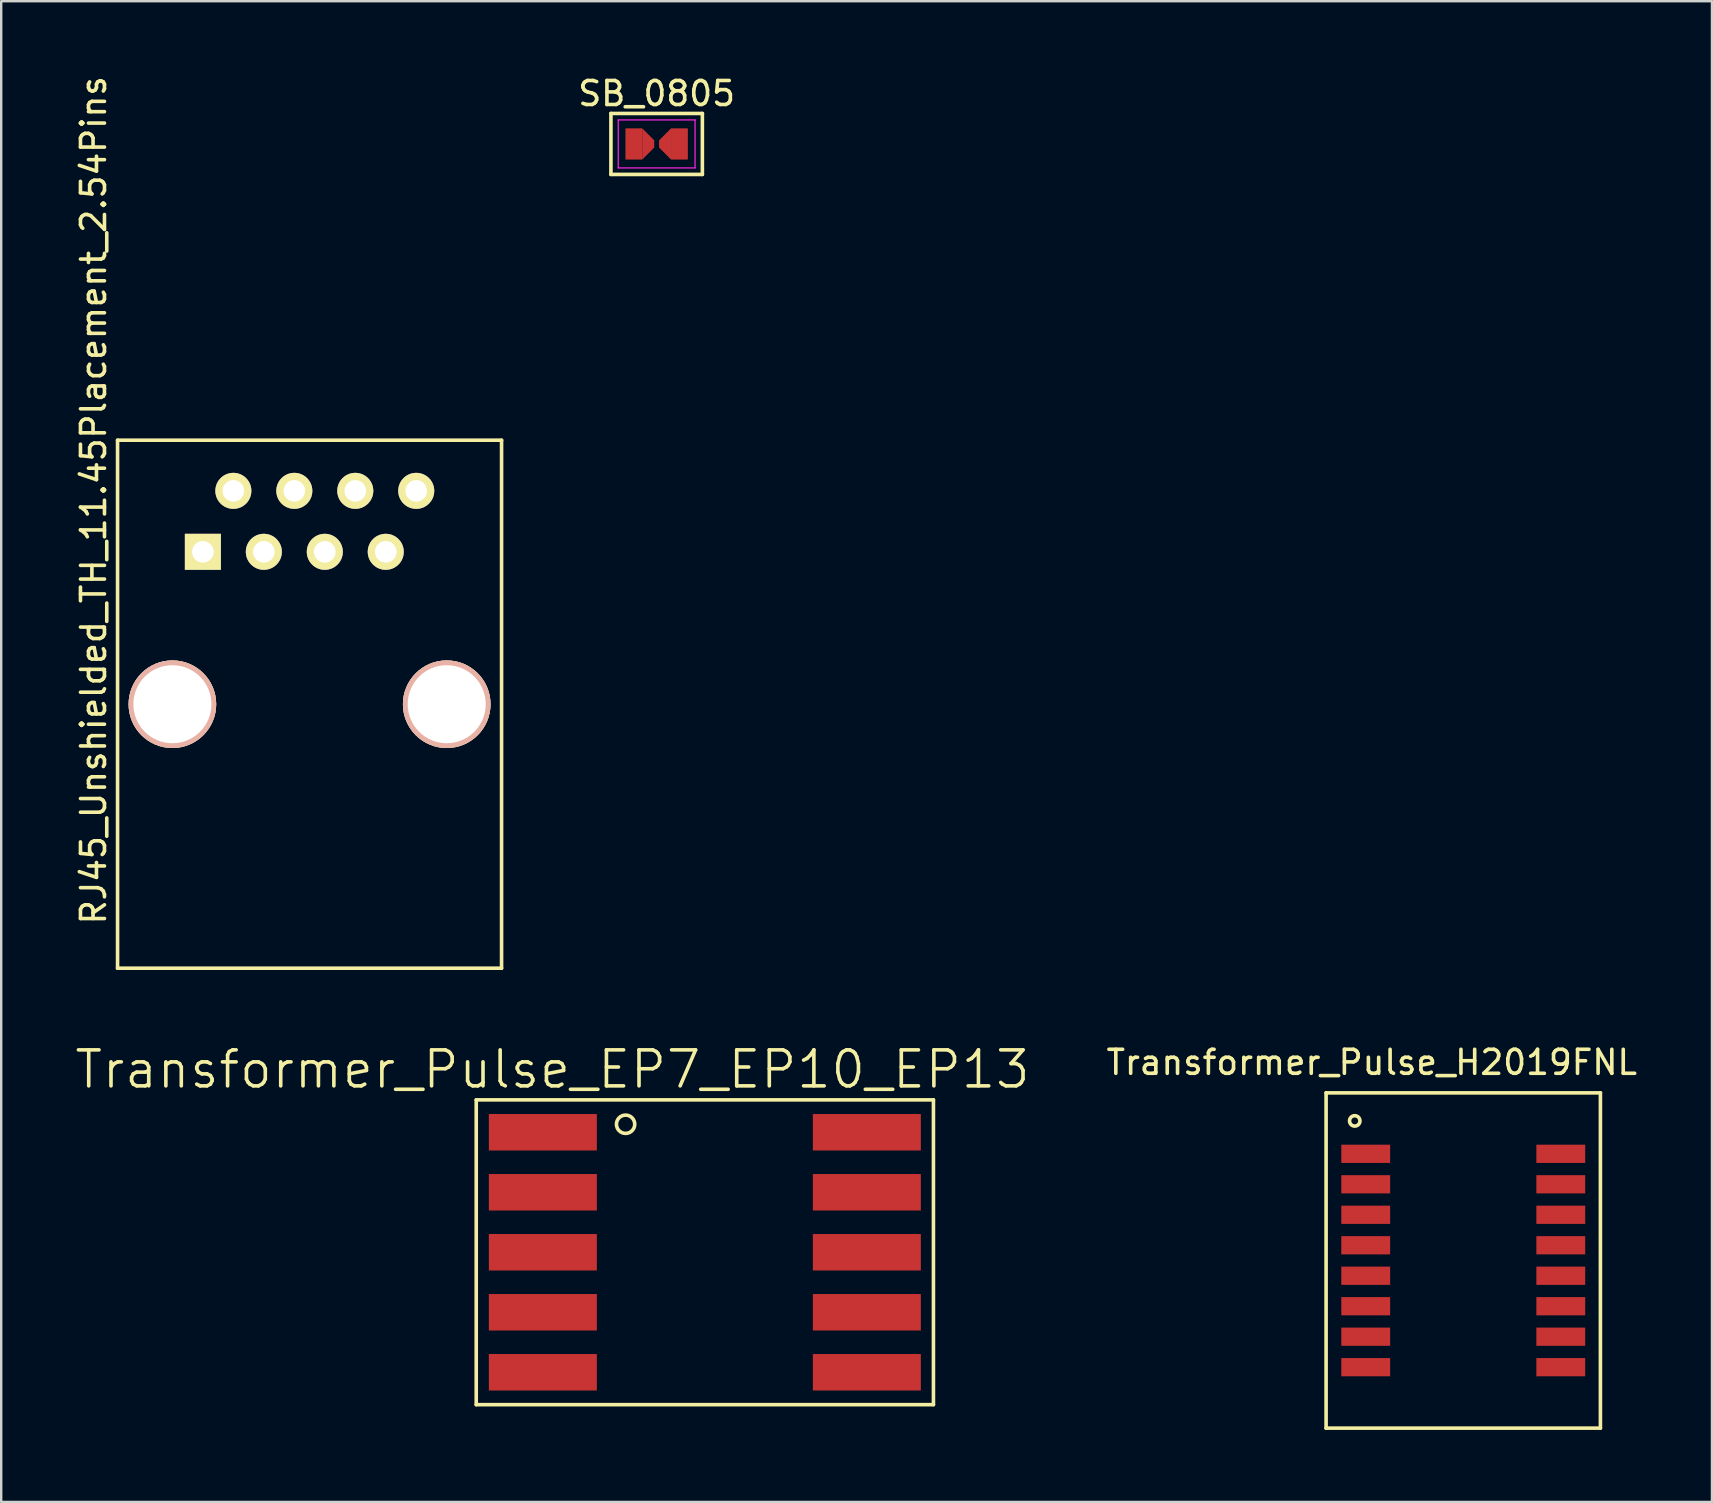
<source format=kicad_pcb>
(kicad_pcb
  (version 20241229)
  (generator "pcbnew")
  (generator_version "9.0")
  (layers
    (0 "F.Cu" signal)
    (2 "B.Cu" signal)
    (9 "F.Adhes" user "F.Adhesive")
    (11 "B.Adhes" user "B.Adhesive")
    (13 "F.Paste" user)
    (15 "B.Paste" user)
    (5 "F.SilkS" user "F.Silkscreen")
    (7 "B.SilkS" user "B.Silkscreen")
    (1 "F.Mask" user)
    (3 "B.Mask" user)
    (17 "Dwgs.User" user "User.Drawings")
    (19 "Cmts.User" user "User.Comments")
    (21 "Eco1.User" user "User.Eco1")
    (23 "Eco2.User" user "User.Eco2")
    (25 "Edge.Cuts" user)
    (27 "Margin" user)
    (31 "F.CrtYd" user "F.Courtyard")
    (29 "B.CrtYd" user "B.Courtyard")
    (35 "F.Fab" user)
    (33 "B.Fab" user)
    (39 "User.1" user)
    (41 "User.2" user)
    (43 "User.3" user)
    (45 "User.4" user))
  (footprint "Transformer_Pulse_H2019FNL"
    (layer "F.Cu")
    (at 57.918 49.47)
    (property "Reference" "Transformer_Pulse_H2019FNL" (at -3.81 -8.255 0) (layer "F.SilkS") (effects (font (size 1 1) (thickness 0.15))))
    (attr through_hole)
    (fp_line (start -5.715 -6.985) (end 5.715 -6.985) (stroke (width 0.15) (type solid)) (layer "F.SilkS"))
    (fp_line (start -5.715 6.985) (end -5.715 -6.985) (stroke (width 0.15) (type solid)) (layer "F.SilkS"))
    (fp_line (start 5.715 -6.985) (end 5.715 6.985) (stroke (width 0.15) (type solid)) (layer "F.SilkS"))
    (fp_line (start 5.715 6.985) (end -5.715 6.985) (stroke (width 0.15) (type solid)) (layer "F.SilkS"))
    (fp_circle (center -4.521 -5.817) (end -4.724 -5.74) (stroke (width 0.15) (type solid)) (fill no) (layer "F.SilkS"))
    (pad "1" smd rect (at -4.064 -4.445 270) (size 0.76 2.035) (layers "F.Cu" "F.Mask" "F.Paste"))
    (pad "2" smd rect (at -4.064 -3.175 270) (size 0.76 2.035) (layers "F.Cu" "F.Mask" "F.Paste"))
    (pad "3" smd rect (at -4.064 -1.905 270) (size 0.76 2.035) (layers "F.Cu" "F.Mask" "F.Paste"))
    (pad "4" smd rect (at -4.064 -0.635 270) (size 0.76 2.035) (layers "F.Cu" "F.Mask" "F.Paste"))
    (pad "5" smd rect (at -4.064 0.635 270) (size 0.76 2.035) (layers "F.Cu" "F.Mask" "F.Paste"))
    (pad "6" smd rect (at -4.064 1.905 270) (size 0.76 2.035) (layers "F.Cu" "F.Mask" "F.Paste"))
    (pad "7" smd rect (at -4.064 3.175 270) (size 0.76 2.035) (layers "F.Cu" "F.Mask" "F.Paste"))
    (pad "8" smd rect (at -4.064 4.445 270) (size 0.76 2.035) (layers "F.Cu" "F.Mask" "F.Paste"))
    (pad "9" smd rect (at 4.064 4.445 270) (size 0.76 2.035) (layers "F.Cu" "F.Mask" "F.Paste"))
    (pad "10" smd rect (at 4.064 3.175 270) (size 0.76 2.035) (layers "F.Cu" "F.Mask" "F.Paste"))
    (pad "11" smd rect (at 4.064 1.905 270) (size 0.76 2.035) (layers "F.Cu" "F.Mask" "F.Paste"))
    (pad "12" smd rect (at 4.064 0.635 270) (size 0.76 2.035) (layers "F.Cu" "F.Mask" "F.Paste"))
    (pad "13" smd rect (at 4.064 -0.635 270) (size 0.76 2.035) (layers "F.Cu" "F.Mask" "F.Paste"))
    (pad "14" smd rect (at 4.064 -1.905 270) (size 0.76 2.035) (layers "F.Cu" "F.Mask" "F.Paste"))
    (pad "15" smd rect (at 4.064 -3.175 270) (size 0.76 2.035) (layers "F.Cu" "F.Mask" "F.Paste"))
    (pad "16" smd rect (at 4.064 -4.445 270) (size 0.76 2.035) (layers "F.Cu" "F.Mask" "F.Paste")))
  (footprint "SB_0805"
    (layer "F.Cu")
    (at 24.31 2.948)
    (property "Reference" "SB_0805" (at 0 -2.1 0) (layer "F.SilkS") (effects (font (size 1 1) (thickness 0.15))))
    (attr smd)
    (fp_line (start -1.905 -1.27) (end -1.905 1.27) (stroke (width 0.15) (type solid)) (layer "F.SilkS"))
    (fp_line (start -1.905 1.27) (end 1.905 1.27) (stroke (width 0.15) (type solid)) (layer "F.SilkS"))
    (fp_line (start 1.905 -1.27) (end -1.905 -1.27) (stroke (width 0.15) (type solid)) (layer "F.SilkS"))
    (fp_line (start 1.905 1.27) (end 1.905 -1.27) (stroke (width 0.15) (type solid)) (layer "F.SilkS"))
    (fp_line (start -1.6 -1) (end -1.6 1) (stroke (width 0.05) (type solid)) (layer "F.CrtYd"))
    (fp_line (start -1.6 -1) (end 1.6 -1) (stroke (width 0.05) (type solid)) (layer "F.CrtYd"))
    (fp_line (start -1.6 1) (end 1.6 1) (stroke (width 0.05) (type solid)) (layer "F.CrtYd"))
    (fp_line (start 1.6 -1) (end 1.6 1) (stroke (width 0.05) (type solid)) (layer "F.CrtYd"))
    (pad "1" smd rect (at -0.95 0) (size 0.7 1.3) (layers "F.Cu" "F.Mask" "F.Paste"))
    (pad "1" smd trapezoid (at -0.35 0) (size 0.5 0.8) (rect_delta 0.5 0) (layers "F.Cu" "F.Mask" "F.Paste"))
    (pad "2" smd trapezoid (at 0.35 0) (size 0.5 0.8) (rect_delta -0.5 0) (layers "F.Cu" "F.Mask" "F.Paste"))
    (pad "2" smd rect (at 0.95 0) (size 0.7 1.3) (layers "F.Cu" "F.Mask" "F.Paste")))
  (footprint "Transformer_Pulse_EP7_EP10_EP13"
    (layer "F.Cu")
    (at 26.318 49.127)
    (property "Reference" "Transformer_Pulse_EP7_EP10_EP13" (at -6.35 -7.62 0) (layer "F.SilkS") (effects (font (size 1.5 1.5) (thickness 0.15))))
    (attr through_hole)
    (fp_line (start -9.525 -6.35) (end -9.525 6.35) (stroke (width 0.15) (type solid)) (layer "F.SilkS"))
    (fp_line (start -9.525 6.35) (end 9.525 6.35) (stroke (width 0.15) (type solid)) (layer "F.SilkS"))
    (fp_line (start 9.525 -6.35) (end -9.525 -6.35) (stroke (width 0.15) (type solid)) (layer "F.SilkS"))
    (fp_line (start 9.525 6.35) (end 9.525 -6.35) (stroke (width 0.15) (type solid)) (layer "F.SilkS"))
    (fp_circle (center -3.302 -5.334) (end -2.921 -5.334) (stroke (width 0.15) (type solid)) (fill no) (layer "F.SilkS"))
    (pad "1" smd rect (at -6.75 -5 270) (size 1.52 4.5) (layers "F.Cu" "F.Mask" "F.Paste"))
    (pad "2" smd rect (at -6.75 -2.5 270) (size 1.52 4.5) (layers "F.Cu" "F.Mask" "F.Paste"))
    (pad "3" smd rect (at -6.75 0 270) (size 1.52 4.5) (layers "F.Cu" "F.Mask" "F.Paste"))
    (pad "4" smd rect (at -6.75 2.5 270) (size 1.52 4.5) (layers "F.Cu" "F.Mask" "F.Paste"))
    (pad "5" smd rect (at -6.75 5 270) (size 1.52 4.5) (layers "F.Cu" "F.Mask" "F.Paste"))
    (pad "6" smd rect (at 6.75 5 270) (size 1.52 4.5) (layers "F.Cu" "F.Mask" "F.Paste"))
    (pad "7" smd rect (at 6.75 2.5 270) (size 1.52 4.5) (layers "F.Cu" "F.Mask" "F.Paste"))
    (pad "8" smd rect (at 6.75 0 270) (size 1.52 4.5) (layers "F.Cu" "F.Mask" "F.Paste"))
    (pad "9" smd rect (at 6.75 -2.5 270) (size 1.52 4.5) (layers "F.Cu" "F.Mask" "F.Paste"))
    (pad "10" smd rect (at 6.75 -5 270) (size 1.52 4.5) (layers "F.Cu" "F.Mask" "F.Paste")))
  (footprint "RJ45_Unshielded_TH_11.45Placement_2.54Pins"
    (layer "F.Cu")
    (at 9.848 26.292)
    (property "Reference" "RJ45_Unshielded_TH_11.45Placement_2.54Pins" (at -9 -8.5 90) (layer "F.SilkS") (effects (font (size 1 1) (thickness 0.15))))
    (attr through_hole)
    (fp_line (start -8 -11) (end -8 11) (stroke (width 0.15) (type solid)) (layer "F.SilkS"))
    (fp_line (start -8 -11) (end 8 -11) (stroke (width 0.15) (type solid)) (layer "F.SilkS"))
    (fp_line (start 8 11) (end -8 11) (stroke (width 0.15) (type solid)) (layer "F.SilkS"))
    (fp_line (start 8 11) (end 8 -11) (stroke (width 0.15) (type solid)) (layer "F.SilkS"))
    (pad "" np_thru_hole circle (at -5.715 0) (size 3.65 3.65) (drill 3.25) (layers "*.Cu" "*.SilkS" "*.Mask"))
    (pad "" np_thru_hole circle (at 5.715 0) (size 3.65 3.65) (drill 3.25) (layers "*.Cu" "*.SilkS" "*.Mask"))
    (pad "1" thru_hole rect (at -4.445 -6.35) (size 1.501 1.501) (drill 0.899) (layers "*.Cu" "*.Mask" "F.SilkS"))
    (pad "2" thru_hole circle (at -3.175 -8.89) (size 1.501 1.501) (drill 0.899) (layers "*.Cu" "*.Mask" "F.SilkS"))
    (pad "3" thru_hole circle (at -1.905 -6.35) (size 1.501 1.501) (drill 0.899) (layers "*.Cu" "*.Mask" "F.SilkS"))
    (pad "4" thru_hole circle (at -0.635 -8.89) (size 1.501 1.501) (drill 0.899) (layers "*.Cu" "*.Mask" "F.SilkS"))
    (pad "5" thru_hole circle (at 0.635 -6.35) (size 1.501 1.501) (drill 0.899) (layers "*.Cu" "*.Mask" "F.SilkS"))
    (pad "6" thru_hole circle (at 1.905 -8.89) (size 1.501 1.501) (drill 0.899) (layers "*.Cu" "*.Mask" "F.SilkS"))
    (pad "7" thru_hole circle (at 3.175 -6.35) (size 1.501 1.501) (drill 0.899) (layers "*.Cu" "*.Mask" "F.SilkS"))
    (pad "8" thru_hole circle (at 4.445 -8.89) (size 1.501 1.501) (drill 0.899) (layers "*.Cu" "*.Mask" "F.SilkS")))
  (gr_rect
    (start -3 -3)
    (end 68.281 59.53)
    (stroke (width 0.1) (type default))
    (fill no)
    (layer "Edge.Cuts")))
</source>
